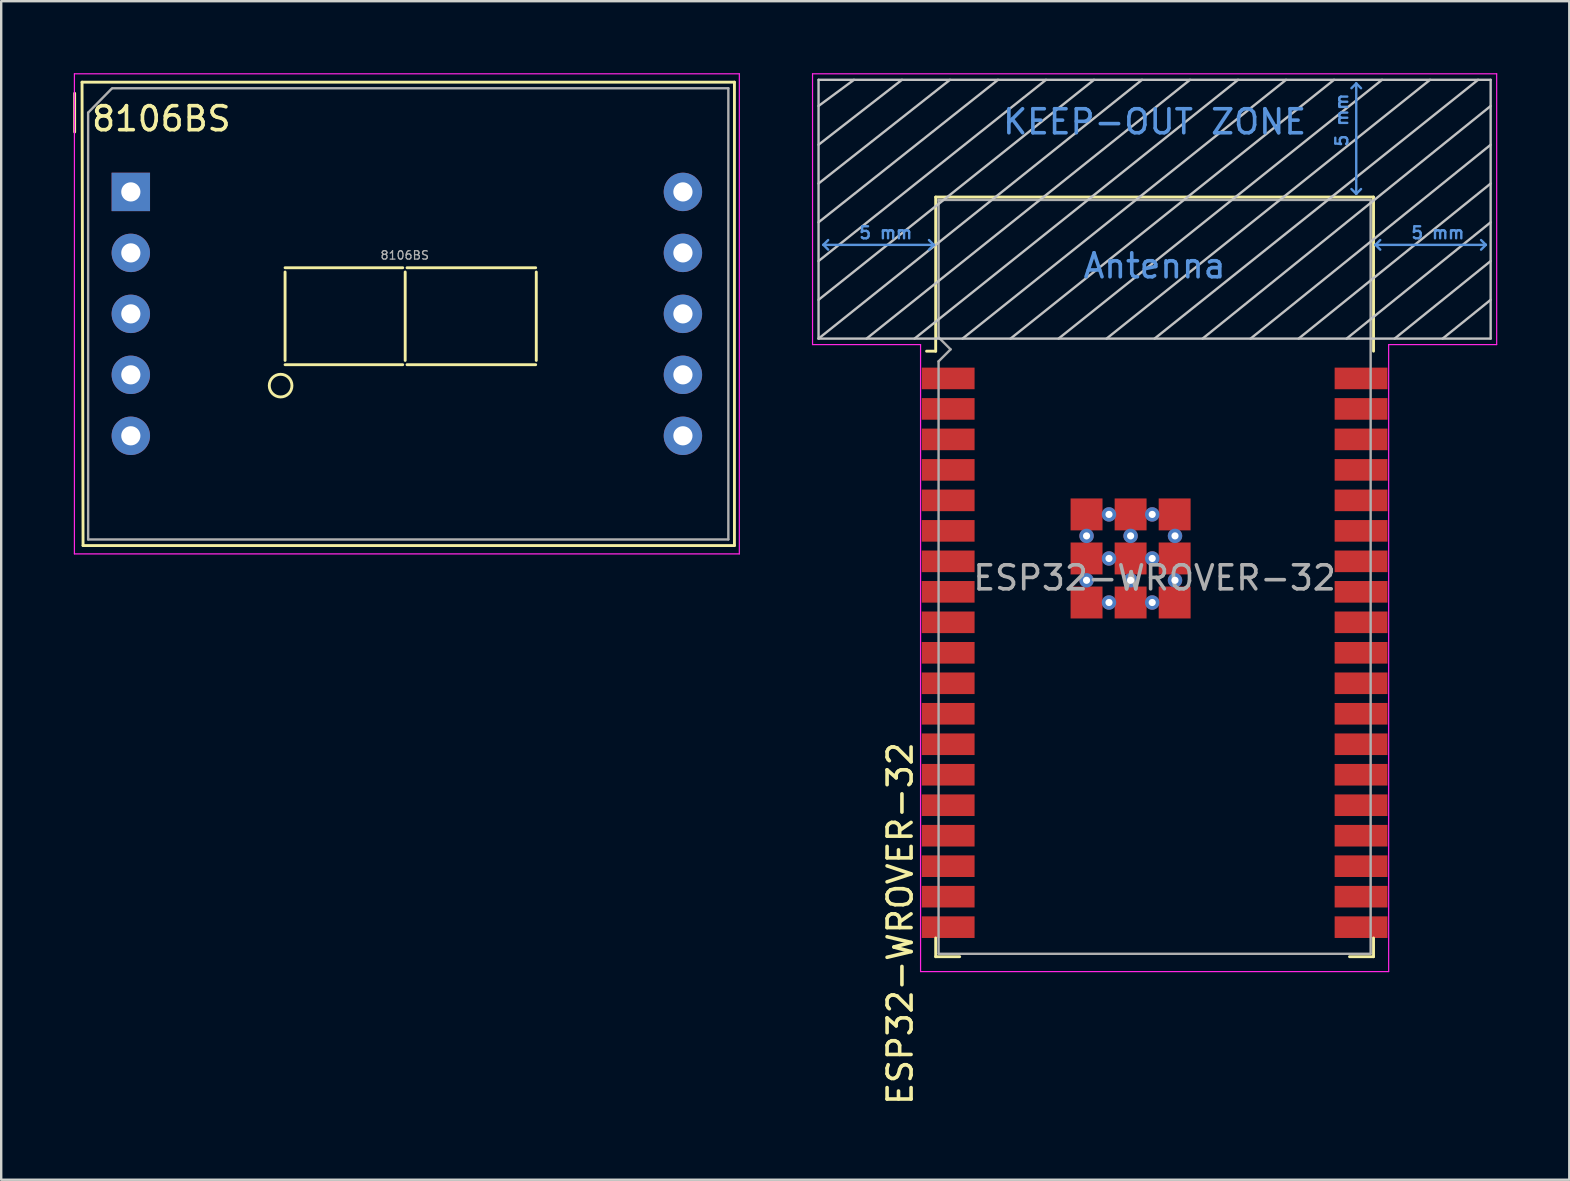
<source format=kicad_pcb>
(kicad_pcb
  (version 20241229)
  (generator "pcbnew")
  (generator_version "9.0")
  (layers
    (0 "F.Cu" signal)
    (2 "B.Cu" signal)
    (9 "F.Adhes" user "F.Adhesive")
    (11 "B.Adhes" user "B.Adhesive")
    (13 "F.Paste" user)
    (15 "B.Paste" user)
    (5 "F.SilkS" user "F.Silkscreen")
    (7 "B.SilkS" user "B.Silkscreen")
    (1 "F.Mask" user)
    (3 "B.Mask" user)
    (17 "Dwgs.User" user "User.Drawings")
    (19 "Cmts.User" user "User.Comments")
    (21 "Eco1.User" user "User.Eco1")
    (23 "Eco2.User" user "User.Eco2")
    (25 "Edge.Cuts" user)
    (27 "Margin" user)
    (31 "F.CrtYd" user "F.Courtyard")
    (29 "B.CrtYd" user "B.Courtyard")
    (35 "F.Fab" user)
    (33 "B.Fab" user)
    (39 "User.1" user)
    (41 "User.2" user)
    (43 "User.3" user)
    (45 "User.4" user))
  (footprint "8106BS"
    (layer "F.Cu")
    (at 2.4 4.945)
    (property "Reference" "8106BS" (at 1.27 -3.048 0) (layer "F.SilkS") (effects (font (size 1 1) (thickness 0.15))))
    (attr through_hole)
    (fp_line (start -2.34 -4.107) (end -2.34 -2.497) (stroke (width 0.12) (type solid)) (layer "F.SilkS"))
    (fp_line (start -2.032 -4.572) (end -1.99 14.732) (stroke (width 0.12) (type solid)) (layer "F.SilkS"))
    (fp_line (start 6.426 3.337) (end 6.426 7.02) (stroke (width 0.12) (type solid)) (layer "F.SilkS"))
    (fp_line (start 11.328 3.159) (end 6.426 3.159) (stroke (width 0.12) (type solid)) (layer "F.SilkS"))
    (fp_line (start 11.328 7.198) (end 6.426 7.198) (stroke (width 0.12) (type solid)) (layer "F.SilkS"))
    (fp_line (start 11.43 3.337) (end 11.43 7.02) (stroke (width 0.12) (type solid)) (layer "F.SilkS"))
    (fp_line (start 16.866 3.159) (end 11.506 3.159) (stroke (width 0.12) (type solid)) (layer "F.SilkS"))
    (fp_line (start 16.866 7.198) (end 11.506 7.198) (stroke (width 0.12) (type solid)) (layer "F.SilkS"))
    (fp_line (start 16.891 3.337) (end 16.891 7.02) (stroke (width 0.12) (type solid)) (layer "F.SilkS"))
    (fp_line (start 25.146 -4.572) (end -2.032 -4.572) (stroke (width 0.12) (type solid)) (layer "F.SilkS"))
    (fp_line (start 25.146 -4.572) (end 25.146 14.732) (stroke (width 0.12) (type solid)) (layer "F.SilkS"))
    (fp_line (start 25.146 14.732) (end -1.99 14.732) (stroke (width 0.12) (type solid)) (layer "F.SilkS"))
    (fp_circle (center 6.24 8.07) (end 6.519 7.689) (stroke (width 0.12) (type solid)) (fill no) (layer "F.SilkS"))
    (fp_line (start -2.35 -4.92) (end -2.35 15.08) (stroke (width 0.05) (type solid)) (layer "F.CrtYd"))
    (fp_line (start 25.35 -4.92) (end -2.35 -4.92) (stroke (width 0.05) (type solid)) (layer "F.CrtYd"))
    (fp_line (start 25.35 -4.92) (end 25.35 15.08) (stroke (width 0.05) (type solid)) (layer "F.CrtYd"))
    (fp_line (start 25.35 15.08) (end -2.35 15.08) (stroke (width 0.05) (type solid)) (layer "F.CrtYd"))
    (fp_line (start -1.778 -3.302) (end -1.778 14.478) (stroke (width 0.1) (type solid)) (layer "F.Fab"))
    (fp_line (start -0.79 -4.31) (end -1.778 -3.302) (stroke (width 0.1) (type solid)) (layer "F.Fab"))
    (fp_line (start 24.892 -4.318) (end -0.762 -4.318) (stroke (width 0.1) (type solid)) (layer "F.Fab"))
    (fp_line (start 24.892 -4.318) (end 24.892 14.478) (stroke (width 0.1) (type solid)) (layer "F.Fab"))
    (fp_line (start 24.892 14.478) (end -1.778 14.478) (stroke (width 0.1) (type solid)) (layer "F.Fab"))
    (fp_text user "${REFERENCE}" (at 11.412 2.64 0) (layer "F.Fab") (effects (font (size 0.35 0.35) (thickness 0.052))))
    (pad "1" thru_hole rect (at 0 0 270) (size 1.6 1.6) (drill 0.8) (layers "*.Cu" "*.Mask"))
    (pad "2" thru_hole circle (at 0 2.54 270) (size 1.6 1.6) (drill 0.8) (layers "*.Cu" "*.Mask"))
    (pad "3" thru_hole circle (at 0 5.08 270) (size 1.6 1.6) (drill 0.8) (layers "*.Cu" "*.Mask"))
    (pad "4" thru_hole circle (at 0 7.62 270) (size 1.6 1.6) (drill 0.8) (layers "*.Cu" "*.Mask"))
    (pad "5" thru_hole circle (at 0 10.16 270) (size 1.6 1.6) (drill 0.8) (layers "*.Cu" "*.Mask"))
    (pad "6" thru_hole circle (at 23 10.16 270) (size 1.6 1.6) (drill 0.8) (layers "*.Cu" "*.Mask"))
    (pad "7" thru_hole circle (at 23 7.62 270) (size 1.6 1.6) (drill 0.8) (layers "*.Cu" "*.Mask"))
    (pad "8" thru_hole circle (at 23 5.08 270) (size 1.6 1.6) (drill 0.8) (layers "*.Cu" "*.Mask"))
    (pad "9" thru_hole circle (at 23 2.54 270) (size 1.6 1.6) (drill 0.8) (layers "*.Cu" "*.Mask"))
    (pad "10" thru_hole circle (at 23 0 270) (size 1.6 1.6) (drill 0.8) (layers "*.Cu" "*.Mask")))
  (footprint "ESP32-WROVER-32"
    (layer "F.Cu")
    (at 45.05 21.025)
    (property "Reference" "ESP32-WROVER-32" (at -10.6 14.4 90) (layer "F.SilkS") (effects (font (size 1 1) (thickness 0.15))))
    (attr smd)
    (fp_line (start -9.12 -15.865) (end -9.12 -9.445) (stroke (width 0.12) (type solid)) (layer "F.SilkS"))
    (fp_line (start -9.12 -15.865) (end 9.12 -15.865) (stroke (width 0.12) (type solid)) (layer "F.SilkS"))
    (fp_line (start -9.12 -9.445) (end -9.5 -9.445) (stroke (width 0.12) (type solid)) (layer "F.SilkS"))
    (fp_line (start -9.12 15) (end -9.12 15.78) (stroke (width 0.12) (type solid)) (layer "F.SilkS"))
    (fp_line (start -9.12 15.78) (end -8.12 15.78) (stroke (width 0.12) (type solid)) (layer "F.SilkS"))
    (fp_line (start 9.12 -15.865) (end 9.12 -9.445) (stroke (width 0.12) (type solid)) (layer "F.SilkS"))
    (fp_line (start 9.12 15) (end 9.12 15.78) (stroke (width 0.12) (type solid)) (layer "F.SilkS"))
    (fp_line (start 9.12 15.78) (end 8.12 15.78) (stroke (width 0.12) (type solid)) (layer "F.SilkS"))
    (fp_line (start -14 -9.97) (end -14 -20.75) (stroke (width 0.1) (type solid)) (layer "Dwgs.User"))
    (fp_line (start -12.525 -20.75) (end -14 -19.66) (stroke (width 0.1) (type solid)) (layer "Dwgs.User"))
    (fp_line (start -10.525 -20.75) (end -14 -18.045) (stroke (width 0.1) (type solid)) (layer "Dwgs.User"))
    (fp_line (start -8.525 -20.75) (end -14 -16.43) (stroke (width 0.1) (type solid)) (layer "Dwgs.User"))
    (fp_line (start -8 -9.97) (end 5.475 -20.75) (stroke (width 0.1) (type solid)) (layer "Dwgs.User"))
    (fp_line (start -6.525 -20.75) (end -14 -14.815) (stroke (width 0.1) (type solid)) (layer "Dwgs.User"))
    (fp_line (start -4.525 -20.75) (end -14 -13.2) (stroke (width 0.1) (type solid)) (layer "Dwgs.User"))
    (fp_line (start -2.525 -20.75) (end -14 -11.585) (stroke (width 0.1) (type solid)) (layer "Dwgs.User"))
    (fp_line (start -0.525 -20.75) (end -14 -9.97) (stroke (width 0.1) (type solid)) (layer "Dwgs.User"))
    (fp_line (start 1.475 -20.75) (end -12 -9.97) (stroke (width 0.1) (type solid)) (layer "Dwgs.User"))
    (fp_line (start 3.475 -20.75) (end -10 -9.97) (stroke (width 0.1) (type solid)) (layer "Dwgs.User"))
    (fp_line (start 7.475 -20.75) (end -6 -9.97) (stroke (width 0.1) (type solid)) (layer "Dwgs.User"))
    (fp_line (start 9.475 -20.75) (end -4 -9.97) (stroke (width 0.1) (type solid)) (layer "Dwgs.User"))
    (fp_line (start 11.475 -20.75) (end -2 -9.97) (stroke (width 0.1) (type solid)) (layer "Dwgs.User"))
    (fp_line (start 13.475 -20.75) (end 0 -9.97) (stroke (width 0.1) (type solid)) (layer "Dwgs.User"))
    (fp_line (start 14 -20.75) (end -14 -20.75) (stroke (width 0.1) (type solid)) (layer "Dwgs.User"))
    (fp_line (start 14 -19.66) (end 2 -9.97) (stroke (width 0.1) (type solid)) (layer "Dwgs.User"))
    (fp_line (start 14 -18.045) (end 4 -9.97) (stroke (width 0.1) (type solid)) (layer "Dwgs.User"))
    (fp_line (start 14 -16.43) (end 6 -9.97) (stroke (width 0.1) (type solid)) (layer "Dwgs.User"))
    (fp_line (start 14 -14.815) (end 8 -9.97) (stroke (width 0.1) (type solid)) (layer "Dwgs.User"))
    (fp_line (start 14 -13.2) (end 10 -9.97) (stroke (width 0.1) (type solid)) (layer "Dwgs.User"))
    (fp_line (start 14 -11.585) (end 12 -9.97) (stroke (width 0.1) (type solid)) (layer "Dwgs.User"))
    (fp_line (start 14 -9.97) (end -14 -9.97) (stroke (width 0.1) (type solid)) (layer "Dwgs.User"))
    (fp_line (start 14 -9.97) (end 14 -20.75) (stroke (width 0.1) (type solid)) (layer "Dwgs.User"))
    (fp_line (start -13.8 -13.875) (end -13.6 -14.075) (stroke (width 0.1) (type solid)) (layer "Cmts.User"))
    (fp_line (start -13.8 -13.875) (end -13.6 -13.675) (stroke (width 0.1) (type solid)) (layer "Cmts.User"))
    (fp_line (start -13.8 -13.875) (end -9.2 -13.875) (stroke (width 0.1) (type solid)) (layer "Cmts.User"))
    (fp_line (start -9.2 -13.875) (end -9.4 -14.075) (stroke (width 0.1) (type solid)) (layer "Cmts.User"))
    (fp_line (start -9.2 -13.875) (end -9.4 -13.675) (stroke (width 0.1) (type solid)) (layer "Cmts.User"))
    (fp_line (start 8.4 -20.6) (end 8.2 -20.4) (stroke (width 0.1) (type solid)) (layer "Cmts.User"))
    (fp_line (start 8.4 -20.6) (end 8.6 -20.4) (stroke (width 0.1) (type solid)) (layer "Cmts.User"))
    (fp_line (start 8.4 -16) (end 8.2 -16.2) (stroke (width 0.1) (type solid)) (layer "Cmts.User"))
    (fp_line (start 8.4 -16) (end 8.4 -20.6) (stroke (width 0.1) (type solid)) (layer "Cmts.User"))
    (fp_line (start 8.4 -16) (end 8.6 -16.2) (stroke (width 0.1) (type solid)) (layer "Cmts.User"))
    (fp_line (start 9.2 -13.875) (end 9.4 -14.075) (stroke (width 0.1) (type solid)) (layer "Cmts.User"))
    (fp_line (start 9.2 -13.875) (end 9.4 -13.675) (stroke (width 0.1) (type solid)) (layer "Cmts.User"))
    (fp_line (start 9.2 -13.875) (end 13.8 -13.875) (stroke (width 0.1) (type solid)) (layer "Cmts.User"))
    (fp_line (start 13.8 -13.875) (end 13.6 -14.075) (stroke (width 0.1) (type solid)) (layer "Cmts.User"))
    (fp_line (start 13.8 -13.875) (end 13.6 -13.675) (stroke (width 0.1) (type solid)) (layer "Cmts.User"))
    (fp_line (start -14.25 -21) (end -14.25 -9.72) (stroke (width 0.05) (type solid)) (layer "F.CrtYd"))
    (fp_line (start -14.25 -21) (end 14.25 -21) (stroke (width 0.05) (type solid)) (layer "F.CrtYd"))
    (fp_line (start -14.25 -9.72) (end -9.75 -9.72) (stroke (width 0.05) (type solid)) (layer "F.CrtYd"))
    (fp_line (start -9.75 16.4) (end -9.75 -9.72) (stroke (width 0.05) (type solid)) (layer "F.CrtYd"))
    (fp_line (start -9.75 16.4) (end 9.75 16.4) (stroke (width 0.05) (type solid)) (layer "F.CrtYd"))
    (fp_line (start 9.75 -9.72) (end 9.75 16.4) (stroke (width 0.05) (type solid)) (layer "F.CrtYd"))
    (fp_line (start 9.75 -9.72) (end 14.25 -9.72) (stroke (width 0.05) (type solid)) (layer "F.CrtYd"))
    (fp_line (start 14.25 -21) (end 14.25 -9.72) (stroke (width 0.05) (type solid)) (layer "F.CrtYd"))
    (fp_line (start -9 -15.745) (end -9 -10.02) (stroke (width 0.1) (type solid)) (layer "F.Fab"))
    (fp_line (start -9 -15.745) (end 9 -15.745) (stroke (width 0.1) (type solid)) (layer "F.Fab"))
    (fp_line (start -9 -9.02) (end -9 15.65) (stroke (width 0.1) (type solid)) (layer "F.Fab"))
    (fp_line (start -9 -9.02) (end -8.5 -9.52) (stroke (width 0.1) (type solid)) (layer "F.Fab"))
    (fp_line (start -9 15.66) (end 9 15.66) (stroke (width 0.1) (type solid)) (layer "F.Fab"))
    (fp_line (start -8.5 -9.52) (end -9 -10.02) (stroke (width 0.1) (type solid)) (layer "F.Fab"))
    (fp_line (start 9 15.65) (end 9 -15.745) (stroke (width 0.1) (type solid)) (layer "F.Fab"))
    (fp_text user "5 mm" (at -11.2 -14.375 0) (layer "Cmts.User") (effects (font (size 0.5 0.5) (thickness 0.1))))
    (fp_text user "KEEP-OUT ZONE" (at 0 -19 0) (layer "Cmts.User") (effects (font (size 1 1) (thickness 0.15))))
    (fp_text user "5 mm" (at 7.8 -19.075 90) (layer "Cmts.User") (effects (font (size 0.5 0.5) (thickness 0.1))))
    (fp_text user "Antenna" (at 0 -13 0) (layer "Cmts.User") (effects (font (size 1 1) (thickness 0.15))))
    (fp_text user "5 mm" (at 11.8 -14.375 0) (layer "Cmts.User") (effects (font (size 0.5 0.5) (thickness 0.1))))
    (fp_text user "${REFERENCE}" (at 0 0 0) (layer "F.Fab") (effects (font (size 1 1) (thickness 0.15))))
    (pad "1" smd rect (at -8.6 -8.31) (size 2.2 0.9) (layers "F.Cu" "F.Mask" "F.Paste"))
    (pad "2" smd rect (at -8.6 -7.04) (size 2.2 0.9) (layers "F.Cu" "F.Mask" "F.Paste"))
    (pad "3" smd rect (at -8.6 -5.77) (size 2.2 0.9) (layers "F.Cu" "F.Mask" "F.Paste"))
    (pad "4" smd rect (at -8.6 -4.5) (size 2.2 0.9) (layers "F.Cu" "F.Mask" "F.Paste"))
    (pad "5" smd rect (at -8.6 -3.23) (size 2.2 0.9) (layers "F.Cu" "F.Mask" "F.Paste"))
    (pad "6" smd rect (at -8.6 -1.96) (size 2.2 0.9) (layers "F.Cu" "F.Mask" "F.Paste"))
    (pad "7" smd rect (at -8.6 -0.69) (size 2.2 0.9) (layers "F.Cu" "F.Mask" "F.Paste"))
    (pad "8" smd rect (at -8.6 0.58) (size 2.2 0.9) (layers "F.Cu" "F.Mask" "F.Paste"))
    (pad "9" smd rect (at -8.6 1.85) (size 2.2 0.9) (layers "F.Cu" "F.Mask" "F.Paste"))
    (pad "10" smd rect (at -8.6 3.12) (size 2.2 0.9) (layers "F.Cu" "F.Mask" "F.Paste"))
    (pad "11" smd rect (at -8.6 4.39) (size 2.2 0.9) (layers "F.Cu" "F.Mask" "F.Paste"))
    (pad "12" smd rect (at -8.6 5.66) (size 2.2 0.9) (layers "F.Cu" "F.Mask" "F.Paste"))
    (pad "13" smd rect (at -8.6 6.93) (size 2.2 0.9) (layers "F.Cu" "F.Mask" "F.Paste"))
    (pad "14" smd rect (at -8.6 8.2) (size 2.2 0.9) (layers "F.Cu" "F.Mask" "F.Paste"))
    (pad "15" smd rect (at -8.6 9.47) (size 2.2 0.9) (layers "F.Cu" "F.Mask" "F.Paste"))
    (pad "16" smd rect (at -8.6 10.74) (size 2.2 0.9) (layers "F.Cu" "F.Mask" "F.Paste"))
    (pad "17" smd rect (at -8.6 12.01) (size 2.2 0.9) (layers "F.Cu" "F.Mask" "F.Paste"))
    (pad "18" smd rect (at -8.6 13.28) (size 2.2 0.9) (layers "F.Cu" "F.Mask" "F.Paste"))
    (pad "19" smd rect (at -8.6 14.55) (size 2.2 0.9) (layers "F.Cu" "F.Mask" "F.Paste"))
    (pad "20" smd rect (at 8.6 14.55) (size 2.2 0.9) (layers "F.Cu" "F.Mask" "F.Paste"))
    (pad "21" smd rect (at 8.6 13.28) (size 2.2 0.9) (layers "F.Cu" "F.Mask" "F.Paste"))
    (pad "22" smd rect (at 8.6 12.01) (size 2.2 0.9) (layers "F.Cu" "F.Mask" "F.Paste"))
    (pad "23" smd rect (at 8.6 10.74) (size 2.2 0.9) (layers "F.Cu" "F.Mask" "F.Paste"))
    (pad "24" smd rect (at 8.6 9.47) (size 2.2 0.9) (layers "F.Cu" "F.Mask" "F.Paste"))
    (pad "25" smd rect (at 8.6 8.2) (size 2.2 0.9) (layers "F.Cu" "F.Mask" "F.Paste"))
    (pad "26" smd rect (at 8.6 6.93) (size 2.2 0.9) (layers "F.Cu" "F.Mask" "F.Paste"))
    (pad "27" smd rect (at 8.6 5.66) (size 2.2 0.9) (layers "F.Cu" "F.Mask" "F.Paste"))
    (pad "28" smd rect (at 8.6 4.39) (size 2.2 0.9) (layers "F.Cu" "F.Mask" "F.Paste"))
    (pad "29" smd rect (at 8.6 3.12) (size 2.2 0.9) (layers "F.Cu" "F.Mask" "F.Paste"))
    (pad "30" smd rect (at 8.6 1.85) (size 2.2 0.9) (layers "F.Cu" "F.Mask" "F.Paste"))
    (pad "31" smd rect (at 8.6 0.58) (size 2.2 0.9) (layers "F.Cu" "F.Mask" "F.Paste"))
    (pad "32" smd rect (at 8.6 -0.69) (size 2.2 0.9) (layers "F.Cu" "F.Mask" "F.Paste"))
    (pad "33" smd rect (at 8.6 -1.96) (size 2.2 0.9) (layers "F.Cu" "F.Mask" "F.Paste"))
    (pad "34" smd rect (at 8.6 -3.23) (size 2.2 0.9) (layers "F.Cu" "F.Mask" "F.Paste"))
    (pad "35" smd rect (at 8.6 -4.5) (size 2.2 0.9) (layers "F.Cu" "F.Mask" "F.Paste"))
    (pad "36" smd rect (at 8.6 -5.77) (size 2.2 0.9) (layers "F.Cu" "F.Mask" "F.Paste"))
    (pad "37" smd rect (at 8.6 -7.04) (size 2.2 0.9) (layers "F.Cu" "F.Mask" "F.Paste"))
    (pad "38" smd rect (at 8.6 -8.31) (size 2.2 0.9) (layers "F.Cu" "F.Mask" "F.Paste"))
    (pad "39" smd rect (at -2.835 -2.645) (size 1.33 1.33) (layers "F.Cu" "F.Mask" "F.Paste"))
    (pad "39" thru_hole circle (at -2.835 -1.75) (size 0.6 0.6) (drill 0.3) (layers "*.Cu" "*.Mask") (remove_unused_layers yes) (keep_end_layers yes) (zone_layer_connections))
    (pad "39" smd rect (at -2.835 -0.81) (size 1.33 1.33) (layers "F.Cu" "F.Mask" "F.Paste"))
    (pad "39" thru_hole circle (at -2.835 0.1) (size 0.6 0.6) (drill 0.3) (layers "*.Cu" "*.Mask") (remove_unused_layers yes) (keep_end_layers yes) (zone_layer_connections))
    (pad "39" smd rect (at -2.835 1.025) (size 1.33 1.33) (layers "F.Cu" "F.Mask" "F.Paste"))
    (pad "39" thru_hole circle (at -1.9 -2.645) (size 0.6 0.6) (drill 0.3) (layers "*.Cu" "*.Mask") (remove_unused_layers yes) (keep_end_layers yes) (zone_layer_connections))
    (pad "39" thru_hole circle (at -1.9 -0.81) (size 0.6 0.6) (drill 0.3) (layers "*.Cu" "*.Mask") (remove_unused_layers yes) (keep_end_layers yes) (zone_layer_connections))
    (pad "39" thru_hole circle (at -1.9 1.025) (size 0.6 0.6) (drill 0.3) (layers "*.Cu" "*.Mask") (remove_unused_layers yes) (keep_end_layers yes) (zone_layer_connections))
    (pad "39" smd rect (at -1 -2.645) (size 1.33 1.33) (layers "F.Cu" "F.Mask" "F.Paste"))
    (pad "39" thru_hole circle (at -1 -1.75) (size 0.6 0.6) (drill 0.3) (layers "*.Cu" "*.Mask") (remove_unused_layers yes) (keep_end_layers yes) (zone_layer_connections))
    (pad "39" smd rect (at -1 -0.81) (size 1.33 1.33) (layers "F.Cu" "F.Mask" "F.Paste"))
    (pad "39" thru_hole circle (at -1 0.1) (size 0.6 0.6) (drill 0.3) (layers "*.Cu" "*.Mask") (remove_unused_layers yes) (keep_end_layers yes) (zone_layer_connections))
    (pad "39" smd rect (at -1 1.025) (size 1.33 1.33) (layers "F.Cu" "F.Mask" "F.Paste"))
    (pad "39" thru_hole circle (at -0.1 -2.645) (size 0.6 0.6) (drill 0.3) (layers "*.Cu" "*.Mask") (remove_unused_layers yes) (keep_end_layers yes) (zone_layer_connections))
    (pad "39" thru_hole circle (at -0.1 -0.81) (size 0.6 0.6) (drill 0.3) (layers "*.Cu" "*.Mask") (remove_unused_layers yes) (keep_end_layers yes) (zone_layer_connections))
    (pad "39" thru_hole circle (at -0.1 1.025) (size 0.6 0.6) (drill 0.3) (layers "*.Cu" "*.Mask") (remove_unused_layers yes) (keep_end_layers yes) (zone_layer_connections))
    (pad "39" smd rect (at 0.835 -2.645) (size 1.33 1.33) (layers "F.Cu" "F.Mask" "F.Paste"))
    (pad "39" smd rect (at 0.835 -0.81) (size 1.33 1.33) (layers "F.Cu" "F.Mask" "F.Paste"))
    (pad "39" smd rect (at 0.835 1.025) (size 1.33 1.33) (layers "F.Cu" "F.Mask" "F.Paste"))
    (pad "39" thru_hole circle (at 0.85 -1.75) (size 0.6 0.6) (drill 0.3) (layers "*.Cu" "*.Mask") (remove_unused_layers yes) (keep_end_layers yes) (zone_layer_connections))
    (pad "39" thru_hole circle (at 0.85 0.1) (size 0.6 0.6) (drill 0.3) (layers "*.Cu" "*.Mask") (remove_unused_layers yes) (keep_end_layers yes) (zone_layer_connections)))
  (gr_rect
    (start -3 -3)
    (end 62.325 46.098)
    (stroke (width 0.1) (type default))
    (fill no)
    (layer "Edge.Cuts")))
</source>
